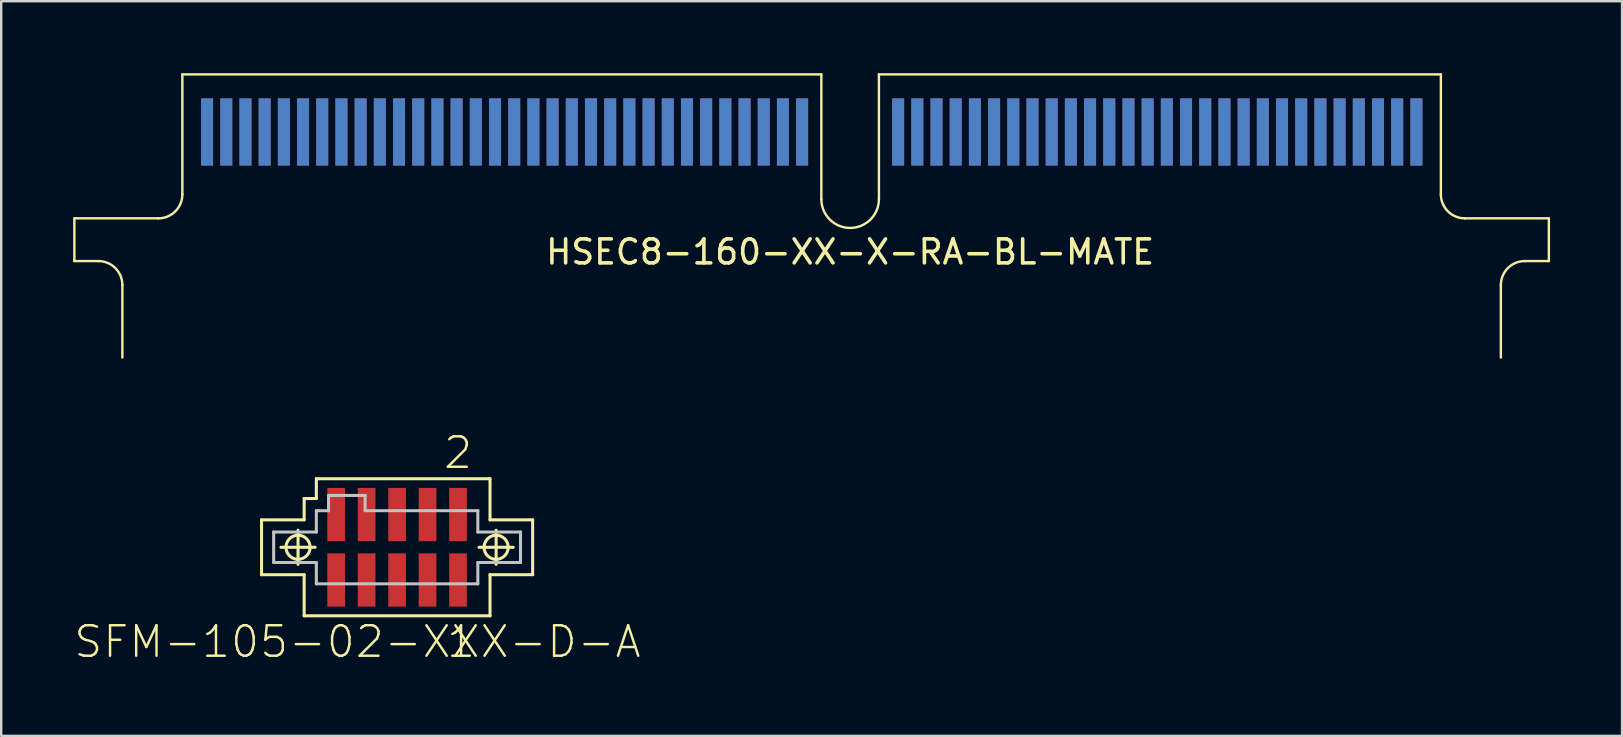
<source format=kicad_pcb>
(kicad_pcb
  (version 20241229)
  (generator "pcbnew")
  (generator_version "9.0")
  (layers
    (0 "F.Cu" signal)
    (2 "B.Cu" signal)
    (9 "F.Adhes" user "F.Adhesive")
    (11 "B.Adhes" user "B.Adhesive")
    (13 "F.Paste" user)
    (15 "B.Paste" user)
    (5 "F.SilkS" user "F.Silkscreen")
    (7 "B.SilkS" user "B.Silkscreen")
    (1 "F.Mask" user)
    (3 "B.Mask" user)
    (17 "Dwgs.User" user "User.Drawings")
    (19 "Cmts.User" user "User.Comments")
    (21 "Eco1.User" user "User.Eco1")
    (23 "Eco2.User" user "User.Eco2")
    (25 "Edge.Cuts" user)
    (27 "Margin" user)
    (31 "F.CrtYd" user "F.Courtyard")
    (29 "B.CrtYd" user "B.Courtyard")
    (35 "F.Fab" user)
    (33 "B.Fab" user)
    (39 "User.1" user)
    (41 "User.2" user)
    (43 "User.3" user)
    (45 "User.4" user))
  (footprint "HSEC8-160-XX-X-RA-BL-MATE"
    (layer "F.Cu")
    (at 32.38 3.85)
    (property "Reference" "HSEC8-160-XX-X-RA-BL-MATE" (at 0 3.6 0) (layer "F.SilkS") (effects (font (size 1 1) (thickness 0.15))))
    (attr through_hole)
    (fp_line (start -32.33 2.2) (end -32.33 3.98) (stroke (width 0.1) (type solid)) (layer "F.SilkS"))
    (fp_line (start -31.33 3.98) (end -32.33 3.98) (stroke (width 0.1) (type solid)) (layer "F.SilkS"))
    (fp_line (start -30.33 4.98) (end -30.33 8) (stroke (width 0.1) (type solid)) (layer "F.SilkS"))
    (fp_line (start -28.83 2.2) (end -32.33 2.2) (stroke (width 0.1) (type solid)) (layer "F.SilkS"))
    (fp_line (start -27.83 -3.8) (end -27.83 1.2) (stroke (width 0.1) (type solid)) (layer "F.SilkS"))
    (fp_line (start -1.2 -3.8) (end -27.83 -3.8) (stroke (width 0.1) (type solid)) (layer "F.SilkS"))
    (fp_line (start -1.2 1.4) (end -1.2 -3.8) (stroke (width 0.1) (type solid)) (layer "F.SilkS"))
    (fp_line (start 1.2 -3.8) (end 24.62 -3.8) (stroke (width 0.1) (type solid)) (layer "F.SilkS"))
    (fp_line (start 1.2 1.4) (end 1.2 -3.8) (stroke (width 0.1) (type solid)) (layer "F.SilkS"))
    (fp_line (start 24.62 -3.8) (end 24.62 1.2) (stroke (width 0.1) (type solid)) (layer "F.SilkS"))
    (fp_line (start 25.62 2.2) (end 29.12 2.2) (stroke (width 0.1) (type solid)) (layer "F.SilkS"))
    (fp_line (start 27.12 4.98) (end 27.12 8) (stroke (width 0.1) (type solid)) (layer "F.SilkS"))
    (fp_line (start 28.12 3.98) (end 29.12 3.98) (stroke (width 0.1) (type solid)) (layer "F.SilkS"))
    (fp_line (start 29.12 2.2) (end 29.12 3.98) (stroke (width 0.1) (type solid)) (layer "F.SilkS"))
    (fp_arc (start -31.33 3.98) (mid -30.622893 4.272893) (end -30.33 4.98) (stroke (width 0.1) (type solid)) (layer "F.SilkS"))
    (fp_arc (start -27.83 1.2) (mid -28.122893 1.907107) (end -28.83 2.2) (stroke (width 0.1) (type solid)) (layer "F.SilkS"))
    (fp_arc (start 1.2 1.4) (mid 0 2.6) (end -1.2 1.4) (stroke (width 0.1) (type solid)) (layer "F.SilkS"))
    (fp_arc (start 25.62 2.2) (mid 24.912893 1.907107) (end 24.62 1.2) (stroke (width 0.1) (type solid)) (layer "F.SilkS"))
    (fp_arc (start 27.12 4.98) (mid 27.412893 4.272893) (end 28.12 3.98) (stroke (width 0.1) (type solid)) (layer "F.SilkS"))
    (pad "1" smd rect (at -26.8 -1.4) (size 0.5 2.8) (layers "B.Cu" "B.Mask" "B.Paste"))
    (pad "2" smd rect (at -26.8 -1.4) (size 0.5 2.8) (layers "F.Cu" "F.Mask" "F.Paste"))
    (pad "3" smd rect (at -26 -1.4) (size 0.5 2.8) (layers "B.Cu" "B.Mask" "B.Paste"))
    (pad "4" smd rect (at -26 -1.4) (size 0.5 2.8) (layers "F.Cu" "F.Mask" "F.Paste"))
    (pad "5" smd rect (at -25.2 -1.4) (size 0.5 2.8) (layers "B.Cu" "B.Mask" "B.Paste"))
    (pad "6" smd rect (at -25.2 -1.4) (size 0.5 2.8) (layers "F.Cu" "F.Mask" "F.Paste"))
    (pad "7" smd rect (at -24.4 -1.4) (size 0.5 2.8) (layers "B.Cu" "B.Mask" "B.Paste"))
    (pad "8" smd rect (at -24.4 -1.4) (size 0.5 2.8) (layers "F.Cu" "F.Mask" "F.Paste"))
    (pad "9" smd rect (at -23.6 -1.4) (size 0.5 2.8) (layers "B.Cu" "B.Mask" "B.Paste"))
    (pad "10" smd rect (at -23.6 -1.4) (size 0.5 2.8) (layers "F.Cu" "F.Mask" "F.Paste"))
    (pad "11" smd rect (at -22.8 -1.4) (size 0.5 2.8) (layers "B.Cu" "B.Mask" "B.Paste"))
    (pad "12" smd rect (at -22.8 -1.4) (size 0.5 2.8) (layers "F.Cu" "F.Mask" "F.Paste"))
    (pad "13" smd rect (at -22 -1.4) (size 0.5 2.8) (layers "B.Cu" "B.Mask" "B.Paste"))
    (pad "14" smd rect (at -22 -1.4) (size 0.5 2.8) (layers "F.Cu" "F.Mask" "F.Paste"))
    (pad "15" smd rect (at -21.2 -1.4) (size 0.5 2.8) (layers "B.Cu" "B.Mask" "B.Paste"))
    (pad "16" smd rect (at -21.2 -1.4) (size 0.5 2.8) (layers "F.Cu" "F.Mask" "F.Paste"))
    (pad "17" smd rect (at -20.4 -1.4) (size 0.5 2.8) (layers "B.Cu" "B.Mask" "B.Paste"))
    (pad "18" smd rect (at -20.4 -1.4) (size 0.5 2.8) (layers "F.Cu" "F.Mask" "F.Paste"))
    (pad "19" smd rect (at -19.6 -1.4) (size 0.5 2.8) (layers "B.Cu" "B.Mask" "B.Paste"))
    (pad "20" smd rect (at -19.6 -1.4) (size 0.5 2.8) (layers "F.Cu" "F.Mask" "F.Paste"))
    (pad "21" smd rect (at -18.8 -1.4) (size 0.5 2.8) (layers "B.Cu" "B.Mask" "B.Paste"))
    (pad "22" smd rect (at -18.8 -1.4) (size 0.5 2.8) (layers "F.Cu" "F.Mask" "F.Paste"))
    (pad "23" smd rect (at -18 -1.4) (size 0.5 2.8) (layers "B.Cu" "B.Mask" "B.Paste"))
    (pad "24" smd rect (at -18 -1.4) (size 0.5 2.8) (layers "F.Cu" "F.Mask" "F.Paste"))
    (pad "25" smd rect (at -17.2 -1.4) (size 0.5 2.8) (layers "B.Cu" "B.Mask" "B.Paste"))
    (pad "26" smd rect (at -17.2 -1.4) (size 0.5 2.8) (layers "F.Cu" "F.Mask" "F.Paste"))
    (pad "27" smd rect (at -16.4 -1.4) (size 0.5 2.8) (layers "B.Cu" "B.Mask" "B.Paste"))
    (pad "28" smd rect (at -16.4 -1.4) (size 0.5 2.8) (layers "F.Cu" "F.Mask" "F.Paste"))
    (pad "29" smd rect (at -15.6 -1.4) (size 0.5 2.8) (layers "B.Cu" "B.Mask" "B.Paste"))
    (pad "30" smd rect (at -15.6 -1.4) (size 0.5 2.8) (layers "F.Cu" "F.Mask" "F.Paste"))
    (pad "31" smd rect (at -14.8 -1.4) (size 0.5 2.8) (layers "B.Cu" "B.Mask" "B.Paste"))
    (pad "32" smd rect (at -14.8 -1.4) (size 0.5 2.8) (layers "F.Cu" "F.Mask" "F.Paste"))
    (pad "33" smd rect (at -14 -1.4) (size 0.5 2.8) (layers "B.Cu" "B.Mask" "B.Paste"))
    (pad "34" smd rect (at -14 -1.4) (size 0.5 2.8) (layers "F.Cu" "F.Mask" "F.Paste"))
    (pad "35" smd rect (at -13.2 -1.4) (size 0.5 2.8) (layers "B.Cu" "B.Mask" "B.Paste"))
    (pad "36" smd rect (at -13.2 -1.4) (size 0.5 2.8) (layers "F.Cu" "F.Mask" "F.Paste"))
    (pad "37" smd rect (at -12.4 -1.4) (size 0.5 2.8) (layers "B.Cu" "B.Mask" "B.Paste"))
    (pad "38" smd rect (at -12.4 -1.4) (size 0.5 2.8) (layers "F.Cu" "F.Mask" "F.Paste"))
    (pad "39" smd rect (at -11.6 -1.4) (size 0.5 2.8) (layers "B.Cu" "B.Mask" "B.Paste"))
    (pad "40" smd rect (at -11.6 -1.4) (size 0.5 2.8) (layers "F.Cu" "F.Mask" "F.Paste"))
    (pad "41" smd rect (at -10.8 -1.4) (size 0.5 2.8) (layers "B.Cu" "B.Mask" "B.Paste"))
    (pad "42" smd rect (at -10.8 -1.4) (size 0.5 2.8) (layers "F.Cu" "F.Mask" "F.Paste"))
    (pad "43" smd rect (at -10 -1.4) (size 0.5 2.8) (layers "B.Cu" "B.Mask" "B.Paste"))
    (pad "44" smd rect (at -10 -1.4) (size 0.5 2.8) (layers "F.Cu" "F.Mask" "F.Paste"))
    (pad "45" smd rect (at -9.2 -1.4) (size 0.5 2.8) (layers "B.Cu" "B.Mask" "B.Paste"))
    (pad "46" smd rect (at -9.2 -1.4) (size 0.5 2.8) (layers "F.Cu" "F.Mask" "F.Paste"))
    (pad "47" smd rect (at -8.4 -1.4) (size 0.5 2.8) (layers "B.Cu" "B.Mask" "B.Paste"))
    (pad "48" smd rect (at -8.4 -1.4) (size 0.5 2.8) (layers "F.Cu" "F.Mask" "F.Paste"))
    (pad "49" smd rect (at -7.6 -1.4) (size 0.5 2.8) (layers "B.Cu" "B.Mask" "B.Paste"))
    (pad "50" smd rect (at -7.6 -1.4) (size 0.5 2.8) (layers "F.Cu" "F.Mask" "F.Paste"))
    (pad "51" smd rect (at -6.8 -1.4) (size 0.5 2.8) (layers "B.Cu" "B.Mask" "B.Paste"))
    (pad "52" smd rect (at -6.8 -1.4) (size 0.5 2.8) (layers "F.Cu" "F.Mask" "F.Paste"))
    (pad "53" smd rect (at -6 -1.4) (size 0.5 2.8) (layers "B.Cu" "B.Mask" "B.Paste"))
    (pad "54" smd rect (at -6 -1.4) (size 0.5 2.8) (layers "F.Cu" "F.Mask" "F.Paste"))
    (pad "55" smd rect (at -5.2 -1.4) (size 0.5 2.8) (layers "B.Cu" "B.Mask" "B.Paste"))
    (pad "56" smd rect (at -5.2 -1.4) (size 0.5 2.8) (layers "F.Cu" "F.Mask" "F.Paste"))
    (pad "57" smd rect (at -4.4 -1.4) (size 0.5 2.8) (layers "B.Cu" "B.Mask" "B.Paste"))
    (pad "58" smd rect (at -4.4 -1.4) (size 0.5 2.8) (layers "F.Cu" "F.Mask" "F.Paste"))
    (pad "59" smd rect (at -3.6 -1.4) (size 0.5 2.8) (layers "B.Cu" "B.Mask" "B.Paste"))
    (pad "60" smd rect (at -3.6 -1.4) (size 0.5 2.8) (layers "F.Cu" "F.Mask" "F.Paste"))
    (pad "61" smd rect (at -2.8 -1.4) (size 0.5 2.8) (layers "B.Cu" "B.Mask" "B.Paste"))
    (pad "62" smd rect (at -2.8 -1.4) (size 0.5 2.8) (layers "F.Cu" "F.Mask" "F.Paste"))
    (pad "63" smd rect (at -2 -1.4) (size 0.5 2.8) (layers "B.Cu" "B.Mask" "B.Paste"))
    (pad "64" smd rect (at -2 -1.4) (size 0.5 2.8) (layers "F.Cu" "F.Mask" "F.Paste"))
    (pad "65" smd rect (at 2 -1.4) (size 0.5 2.8) (layers "B.Cu" "B.Mask" "B.Paste"))
    (pad "66" smd rect (at 2 -1.4) (size 0.5 2.8) (layers "F.Cu" "F.Mask" "F.Paste"))
    (pad "67" smd rect (at 2.8 -1.4) (size 0.5 2.8) (layers "B.Cu" "B.Mask" "B.Paste"))
    (pad "68" smd rect (at 2.8 -1.4) (size 0.5 2.8) (layers "F.Cu" "F.Mask" "F.Paste"))
    (pad "69" smd rect (at 3.6 -1.4) (size 0.5 2.8) (layers "B.Cu" "B.Mask" "B.Paste"))
    (pad "70" smd rect (at 3.6 -1.4) (size 0.5 2.8) (layers "F.Cu" "F.Mask" "F.Paste"))
    (pad "71" smd rect (at 4.4 -1.4) (size 0.5 2.8) (layers "B.Cu" "B.Mask" "B.Paste"))
    (pad "72" smd rect (at 4.4 -1.4) (size 0.5 2.8) (layers "F.Cu" "F.Mask" "F.Paste"))
    (pad "73" smd rect (at 5.2 -1.4) (size 0.5 2.8) (layers "B.Cu" "B.Mask" "B.Paste"))
    (pad "74" smd rect (at 5.2 -1.4) (size 0.5 2.8) (layers "F.Cu" "F.Mask" "F.Paste"))
    (pad "75" smd rect (at 6 -1.4) (size 0.5 2.8) (layers "B.Cu" "B.Mask" "B.Paste"))
    (pad "76" smd rect (at 6 -1.4) (size 0.5 2.8) (layers "F.Cu" "F.Mask" "F.Paste"))
    (pad "77" smd rect (at 6.8 -1.4) (size 0.5 2.8) (layers "B.Cu" "B.Mask" "B.Paste"))
    (pad "78" smd rect (at 6.8 -1.4) (size 0.5 2.8) (layers "F.Cu" "F.Mask" "F.Paste"))
    (pad "79" smd rect (at 7.6 -1.4) (size 0.5 2.8) (layers "B.Cu" "B.Mask" "B.Paste"))
    (pad "80" smd rect (at 7.6 -1.4) (size 0.5 2.8) (layers "F.Cu" "F.Mask" "F.Paste"))
    (pad "81" smd rect (at 8.4 -1.4) (size 0.5 2.8) (layers "B.Cu" "B.Mask" "B.Paste"))
    (pad "82" smd rect (at 8.4 -1.4) (size 0.5 2.8) (layers "F.Cu" "F.Mask" "F.Paste"))
    (pad "83" smd rect (at 9.2 -1.4) (size 0.5 2.8) (layers "B.Cu" "B.Mask" "B.Paste"))
    (pad "84" smd rect (at 9.2 -1.4) (size 0.5 2.8) (layers "F.Cu" "F.Mask" "F.Paste"))
    (pad "85" smd rect (at 10 -1.4) (size 0.5 2.8) (layers "B.Cu" "B.Mask" "B.Paste"))
    (pad "86" smd rect (at 10 -1.4) (size 0.5 2.8) (layers "F.Cu" "F.Mask" "F.Paste"))
    (pad "87" smd rect (at 10.8 -1.4) (size 0.5 2.8) (layers "B.Cu" "B.Mask" "B.Paste"))
    (pad "88" smd rect (at 10.8 -1.4) (size 0.5 2.8) (layers "F.Cu" "F.Mask" "F.Paste"))
    (pad "89" smd rect (at 11.6 -1.4) (size 0.5 2.8) (layers "B.Cu" "B.Mask" "B.Paste"))
    (pad "90" smd rect (at 11.6 -1.4) (size 0.5 2.8) (layers "F.Cu" "F.Mask" "F.Paste"))
    (pad "91" smd rect (at 12.4 -1.4) (size 0.5 2.8) (layers "B.Cu" "B.Mask" "B.Paste"))
    (pad "92" smd rect (at 12.4 -1.4) (size 0.5 2.8) (layers "F.Cu" "F.Mask" "F.Paste"))
    (pad "93" smd rect (at 13.2 -1.4) (size 0.5 2.8) (layers "B.Cu" "B.Mask" "B.Paste"))
    (pad "94" smd rect (at 13.2 -1.4) (size 0.5 2.8) (layers "F.Cu" "F.Mask" "F.Paste"))
    (pad "95" smd rect (at 14 -1.4) (size 0.5 2.8) (layers "B.Cu" "B.Mask" "B.Paste"))
    (pad "96" smd rect (at 14 -1.4) (size 0.5 2.8) (layers "F.Cu" "F.Mask" "F.Paste"))
    (pad "97" smd rect (at 14.8 -1.4) (size 0.5 2.8) (layers "B.Cu" "B.Mask" "B.Paste"))
    (pad "98" smd rect (at 14.8 -1.4) (size 0.5 2.8) (layers "F.Cu" "F.Mask" "F.Paste"))
    (pad "99" smd rect (at 15.6 -1.4) (size 0.5 2.8) (layers "B.Cu" "B.Mask" "B.Paste"))
    (pad "100" smd rect (at 15.6 -1.4) (size 0.5 2.8) (layers "F.Cu" "F.Mask" "F.Paste"))
    (pad "101" smd rect (at 16.4 -1.4) (size 0.5 2.8) (layers "B.Cu" "B.Mask" "B.Paste"))
    (pad "102" smd rect (at 16.4 -1.4) (size 0.5 2.8) (layers "F.Cu" "F.Mask" "F.Paste"))
    (pad "103" smd rect (at 17.2 -1.4) (size 0.5 2.8) (layers "B.Cu" "B.Mask" "B.Paste"))
    (pad "104" smd rect (at 17.2 -1.4) (size 0.5 2.8) (layers "F.Cu" "F.Mask" "F.Paste"))
    (pad "105" smd rect (at 18 -1.4) (size 0.5 2.8) (layers "B.Cu" "B.Mask" "B.Paste"))
    (pad "106" smd rect (at 18 -1.4) (size 0.5 2.8) (layers "F.Cu" "F.Mask" "F.Paste"))
    (pad "107" smd rect (at 18.8 -1.4) (size 0.5 2.8) (layers "B.Cu" "B.Mask" "B.Paste"))
    (pad "108" smd rect (at 18.8 -1.4) (size 0.5 2.8) (layers "F.Cu" "F.Mask" "F.Paste"))
    (pad "109" smd rect (at 19.6 -1.4) (size 0.5 2.8) (layers "B.Cu" "B.Mask" "B.Paste"))
    (pad "110" smd rect (at 19.6 -1.4) (size 0.5 2.8) (layers "F.Cu" "F.Mask" "F.Paste"))
    (pad "111" smd rect (at 20.4 -1.4) (size 0.5 2.8) (layers "B.Cu" "B.Mask" "B.Paste"))
    (pad "112" smd rect (at 20.4 -1.4) (size 0.5 2.8) (layers "F.Cu" "F.Mask" "F.Paste"))
    (pad "113" smd rect (at 21.2 -1.4) (size 0.5 2.8) (layers "B.Cu" "B.Mask" "B.Paste"))
    (pad "114" smd rect (at 21.2 -1.4) (size 0.5 2.8) (layers "F.Cu" "F.Mask" "F.Paste"))
    (pad "115" smd rect (at 22 -1.4) (size 0.5 2.8) (layers "B.Cu" "B.Mask" "B.Paste"))
    (pad "116" smd rect (at 22 -1.4) (size 0.5 2.8) (layers "F.Cu" "F.Mask" "F.Paste"))
    (pad "117" smd rect (at 22.8 -1.4) (size 0.5 2.8) (layers "B.Cu" "B.Mask" "B.Paste"))
    (pad "118" smd rect (at 22.8 -1.4) (size 0.5 2.8) (layers "F.Cu" "F.Mask" "F.Paste"))
    (pad "119" smd rect (at 23.6 -1.4) (size 0.5 2.8) (layers "B.Cu" "B.Mask" "B.Paste"))
    (pad "120" smd rect (at 23.6 -1.4) (size 0.5 2.8) (layers "F.Cu" "F.Mask" "F.Paste")))
  (footprint "SFM-105-02-XXX-D-A"
    (layer "F.Cu")
    (at 13.499 19.758)
    (property "Reference" "SFM-105-02-XXX-D-A" (at -1.651 3.937 0) (layer "F.SilkS") (effects (font (size 1.27 1.27) (thickness 0.102))))
    (attr smd)
    (fp_line (start -5.649 -1.143) (end -3.873 -1.143) (stroke (width 0.127) (type solid)) (layer "F.SilkS"))
    (fp_line (start -5.649 1.143) (end -5.649 -1.143) (stroke (width 0.127) (type solid)) (layer "F.SilkS"))
    (fp_line (start -4.839 0) (end -3.416 0) (stroke (width 0.127) (type solid)) (layer "F.SilkS"))
    (fp_line (start -4.128 0.711) (end -4.128 -0.711) (stroke (width 0.127) (type solid)) (layer "F.SilkS"))
    (fp_line (start -3.873 -2.032) (end -3.365 -2.032) (stroke (width 0.127) (type solid)) (layer "F.SilkS"))
    (fp_line (start -3.873 -1.143) (end -3.873 -2.032) (stroke (width 0.127) (type solid)) (layer "F.SilkS"))
    (fp_line (start -3.873 1.143) (end -5.649 1.143) (stroke (width 0.127) (type solid)) (layer "F.SilkS"))
    (fp_line (start -3.873 2.857) (end -3.873 1.143) (stroke (width 0.127) (type solid)) (layer "F.SilkS"))
    (fp_line (start -3.365 -2.857) (end 3.873 -2.857) (stroke (width 0.127) (type solid)) (layer "F.SilkS"))
    (fp_line (start -3.365 -2.032) (end -3.365 -2.857) (stroke (width 0.127) (type solid)) (layer "F.SilkS"))
    (fp_line (start 3.416 0) (end 4.839 0) (stroke (width 0.127) (type solid)) (layer "F.SilkS"))
    (fp_line (start 3.873 -2.857) (end 3.873 -1.143) (stroke (width 0.127) (type solid)) (layer "F.SilkS"))
    (fp_line (start 3.873 -1.143) (end 5.649 -1.143) (stroke (width 0.127) (type solid)) (layer "F.SilkS"))
    (fp_line (start 3.873 1.143) (end 3.873 2.857) (stroke (width 0.127) (type solid)) (layer "F.SilkS"))
    (fp_line (start 3.873 2.857) (end -3.873 2.857) (stroke (width 0.127) (type solid)) (layer "F.SilkS"))
    (fp_line (start 4.128 0.711) (end 4.128 -0.711) (stroke (width 0.127) (type solid)) (layer "F.SilkS"))
    (fp_line (start 5.649 -1.143) (end 5.649 1.143) (stroke (width 0.127) (type solid)) (layer "F.SilkS"))
    (fp_line (start 5.649 1.143) (end 3.873 1.143) (stroke (width 0.127) (type solid)) (layer "F.SilkS"))
    (fp_circle (center -4.128 0) (end -4.483 0.356) (stroke (width 0.127) (type solid)) (fill no) (layer "F.SilkS"))
    (fp_circle (center 4.128 0) (end 4.483 0.356) (stroke (width 0.127) (type solid)) (fill no) (layer "F.SilkS"))
    (fp_line (start -5.144 -0.635) (end -3.365 -0.635) (stroke (width 0.127) (type solid)) (layer "Dwgs.User"))
    (fp_line (start -5.144 0.635) (end -5.144 -0.635) (stroke (width 0.127) (type solid)) (layer "Dwgs.User"))
    (fp_line (start -3.365 -1.524) (end -2.857 -1.524) (stroke (width 0.127) (type solid)) (layer "Dwgs.User"))
    (fp_line (start -3.365 -0.635) (end -3.365 -1.524) (stroke (width 0.127) (type solid)) (layer "Dwgs.User"))
    (fp_line (start -3.365 0.635) (end -5.144 0.635) (stroke (width 0.127) (type solid)) (layer "Dwgs.User"))
    (fp_line (start -3.365 1.524) (end -3.365 0.635) (stroke (width 0.127) (type solid)) (layer "Dwgs.User"))
    (fp_line (start -2.857 -2.159) (end -1.333 -2.159) (stroke (width 0.127) (type solid)) (layer "Dwgs.User"))
    (fp_line (start -2.857 -1.524) (end -2.857 -2.159) (stroke (width 0.127) (type solid)) (layer "Dwgs.User"))
    (fp_line (start -1.333 -2.159) (end -1.333 -1.524) (stroke (width 0.127) (type solid)) (layer "Dwgs.User"))
    (fp_line (start -1.333 -1.524) (end 3.365 -1.524) (stroke (width 0.127) (type solid)) (layer "Dwgs.User"))
    (fp_line (start 3.365 -1.524) (end 3.365 -0.635) (stroke (width 0.127) (type solid)) (layer "Dwgs.User"))
    (fp_line (start 3.365 -0.635) (end 5.144 -0.635) (stroke (width 0.127) (type solid)) (layer "Dwgs.User"))
    (fp_line (start 3.365 0.635) (end 3.365 1.524) (stroke (width 0.127) (type solid)) (layer "Dwgs.User"))
    (fp_line (start 3.365 1.524) (end -3.365 1.524) (stroke (width 0.127) (type solid)) (layer "Dwgs.User"))
    (fp_line (start 5.144 -0.635) (end 5.144 0.635) (stroke (width 0.127) (type solid)) (layer "Dwgs.User"))
    (fp_line (start 5.144 0.635) (end 3.365 0.635) (stroke (width 0.127) (type solid)) (layer "Dwgs.User"))
    (fp_text user "1" (at 2.667 3.937 0) (layer "F.SilkS") (effects (font (size 1.27 1.27) (thickness 0.102))))
    (fp_text user "2" (at 2.54 -3.937 0) (layer "F.SilkS") (effects (font (size 1.27 1.27) (thickness 0.102))))
    (pad "1" smd rect (at 2.54 1.364) (size 0.737 2.22) (layers "F.Cu" "F.Mask" "F.Paste"))
    (pad "2" smd rect (at 2.54 -1.364) (size 0.737 2.22) (layers "F.Cu" "F.Mask" "F.Paste"))
    (pad "3" smd rect (at 1.27 1.364) (size 0.737 2.22) (layers "F.Cu" "F.Mask" "F.Paste"))
    (pad "4" smd rect (at 1.27 -1.364) (size 0.737 2.22) (layers "F.Cu" "F.Mask" "F.Paste"))
    (pad "5" smd rect (at 0 1.364) (size 0.737 2.22) (layers "F.Cu" "F.Mask" "F.Paste"))
    (pad "6" smd rect (at 0 -1.364) (size 0.737 2.22) (layers "F.Cu" "F.Mask" "F.Paste"))
    (pad "7" smd rect (at -1.27 1.364) (size 0.737 2.22) (layers "F.Cu" "F.Mask" "F.Paste"))
    (pad "8" smd rect (at -1.27 -1.364) (size 0.737 2.22) (layers "F.Cu" "F.Mask" "F.Paste"))
    (pad "9" smd rect (at -2.54 1.364) (size 0.737 2.22) (layers "F.Cu" "F.Mask" "F.Paste"))
    (pad "10" smd rect (at -2.54 -1.364) (size 0.737 2.22) (layers "F.Cu" "F.Mask" "F.Paste")))
  (gr_rect
    (start -3 -3)
    (end 64.55 27.617)
    (stroke (width 0.1) (type default))
    (fill no)
    (layer "Edge.Cuts")))
</source>
